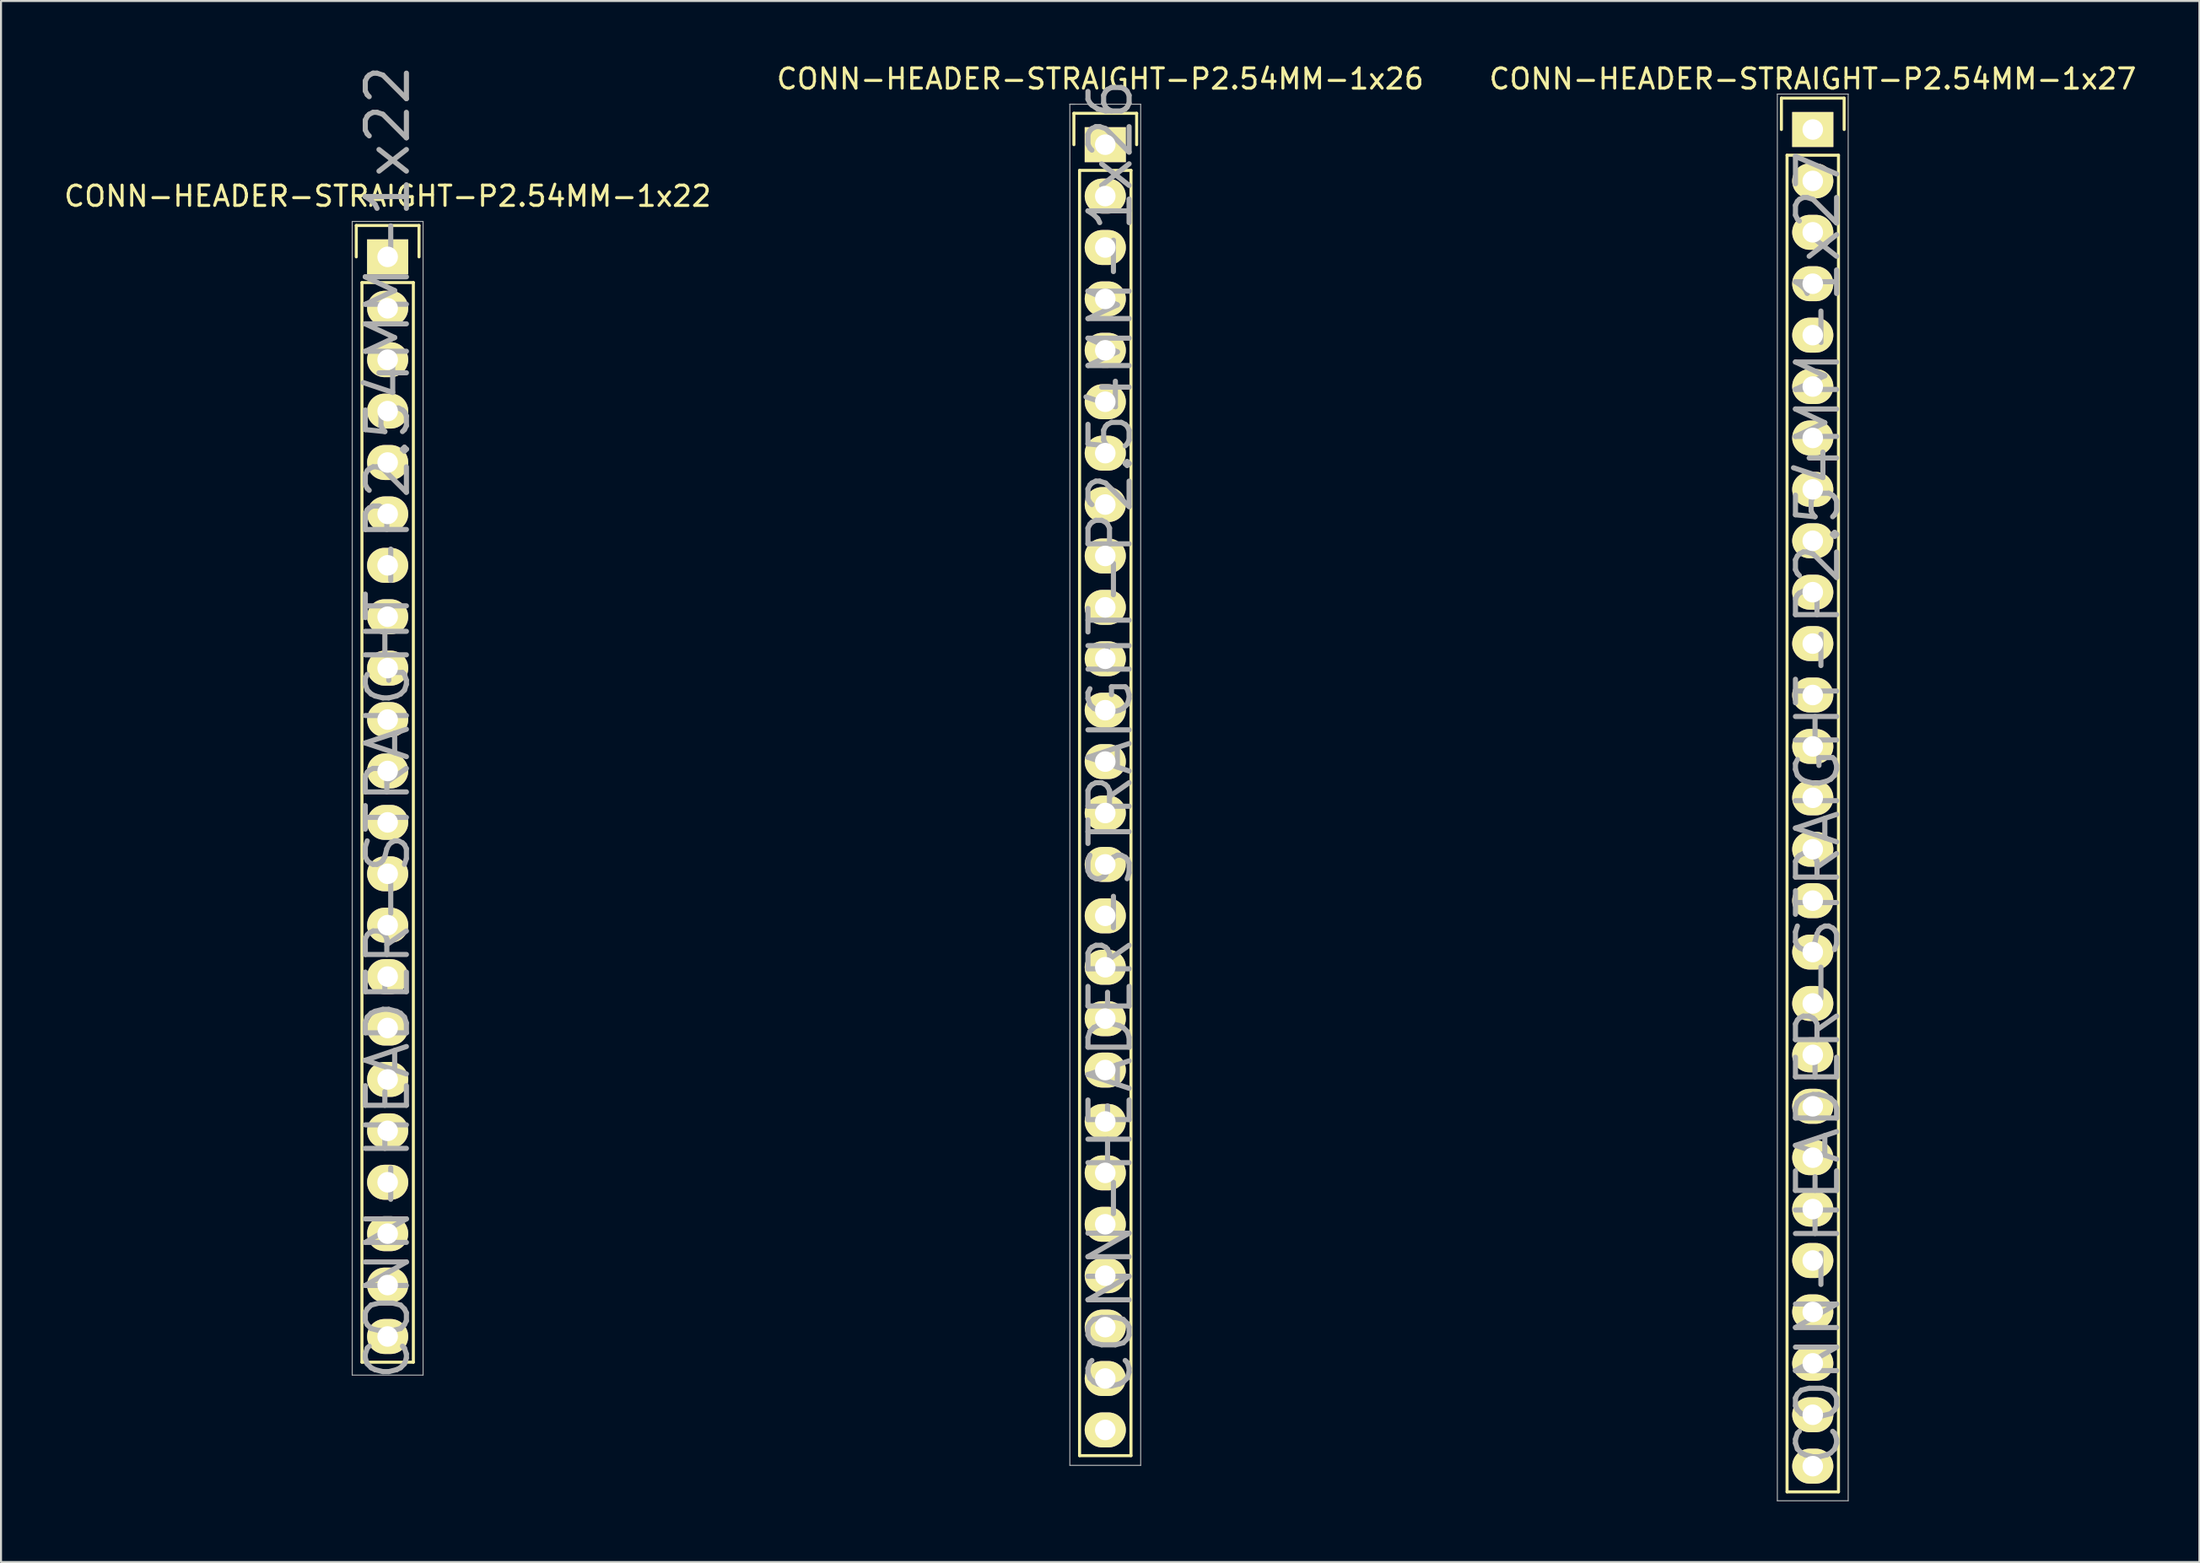
<source format=kicad_pcb>
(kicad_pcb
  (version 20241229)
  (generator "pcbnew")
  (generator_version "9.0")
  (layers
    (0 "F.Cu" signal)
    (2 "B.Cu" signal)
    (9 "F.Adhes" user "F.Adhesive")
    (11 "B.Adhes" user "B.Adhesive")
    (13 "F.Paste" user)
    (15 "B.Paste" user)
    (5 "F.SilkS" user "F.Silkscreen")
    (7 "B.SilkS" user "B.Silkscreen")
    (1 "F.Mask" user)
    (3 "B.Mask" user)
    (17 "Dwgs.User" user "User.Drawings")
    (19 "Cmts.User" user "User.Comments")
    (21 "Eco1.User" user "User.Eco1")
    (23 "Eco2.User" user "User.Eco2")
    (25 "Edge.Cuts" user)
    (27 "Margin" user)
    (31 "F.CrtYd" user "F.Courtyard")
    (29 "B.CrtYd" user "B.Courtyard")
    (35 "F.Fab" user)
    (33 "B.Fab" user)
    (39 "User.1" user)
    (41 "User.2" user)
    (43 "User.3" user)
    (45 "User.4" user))
  (footprint "CONN-HEADER-STRAIGHT-P2.54MM-1x27"
    (layer "F.Cu")
    (at 86.506 3.348)
    (property "Reference" "CONN-HEADER-STRAIGHT-P2.54MM-1x27" (at 0.25 33.5 90) (layer "F.Fab") (effects (font (size 2.032 2.032) (thickness 0.254))))
    (attr through_hole)
    (fp_line (start -1.55 -1.55) (end 1.55 -1.55) (stroke (width 0.15) (type solid)) (layer "F.SilkS"))
    (fp_line (start -1.55 0) (end -1.55 -1.55) (stroke (width 0.15) (type solid)) (layer "F.SilkS"))
    (fp_line (start -1.27 1.27) (end -1.27 67.31) (stroke (width 0.15) (type solid)) (layer "F.SilkS"))
    (fp_line (start -1.27 67.31) (end 1.27 67.31) (stroke (width 0.15) (type solid)) (layer "F.SilkS"))
    (fp_line (start 1.27 1.27) (end -1.27 1.27) (stroke (width 0.15) (type solid)) (layer "F.SilkS"))
    (fp_line (start 1.27 67.31) (end 1.27 1.27) (stroke (width 0.15) (type solid)) (layer "F.SilkS"))
    (fp_line (start 1.55 -1.55) (end 1.55 0) (stroke (width 0.15) (type solid)) (layer "F.SilkS"))
    (fp_line (start -1.75 -1.75) (end 1.75 -1.75) (stroke (width 0.051) (type solid)) (layer "F.Fab"))
    (fp_line (start -1.75 67.75) (end -1.75 -1.75) (stroke (width 0.051) (type solid)) (layer "F.Fab"))
    (fp_line (start 1.75 -1.75) (end 1.75 67.75) (stroke (width 0.051) (type solid)) (layer "F.Fab"))
    (fp_line (start 1.75 67.75) (end -1.75 67.75) (stroke (width 0.051) (type solid)) (layer "F.Fab"))
    (fp_text user "${REFERENCE}" (at 0 -2.5 0) (layer "F.SilkS") (effects (font (size 1 1) (thickness 0.15))))
    (pad "1" thru_hole rect (at 0 0) (size 2.032 1.727) (drill 1.016) (layers "*.Cu" "*.Mask" "F.SilkS"))
    (pad "2" thru_hole oval (at 0 2.54) (size 2.032 1.727) (drill 1.016) (layers "*.Cu" "*.Mask" "F.SilkS"))
    (pad "3" thru_hole oval (at 0 5.08) (size 2.032 1.727) (drill 1.016) (layers "*.Cu" "*.Mask" "F.SilkS"))
    (pad "4" thru_hole oval (at 0 7.62) (size 2.032 1.727) (drill 1.016) (layers "*.Cu" "*.Mask" "F.SilkS"))
    (pad "5" thru_hole oval (at 0 10.16) (size 2.032 1.727) (drill 1.016) (layers "*.Cu" "*.Mask" "F.SilkS"))
    (pad "6" thru_hole oval (at 0 12.7) (size 2.032 1.727) (drill 1.016) (layers "*.Cu" "*.Mask" "F.SilkS"))
    (pad "7" thru_hole oval (at 0 15.24) (size 2.032 1.727) (drill 1.016) (layers "*.Cu" "*.Mask" "F.SilkS"))
    (pad "8" thru_hole oval (at 0 17.78) (size 2.032 1.727) (drill 1.016) (layers "*.Cu" "*.Mask" "F.SilkS"))
    (pad "9" thru_hole oval (at 0 20.32) (size 2.032 1.727) (drill 1.016) (layers "*.Cu" "*.Mask" "F.SilkS"))
    (pad "10" thru_hole oval (at 0 22.86) (size 2.032 1.727) (drill 1.016) (layers "*.Cu" "*.Mask" "F.SilkS"))
    (pad "11" thru_hole oval (at 0 25.4) (size 2.032 1.727) (drill 1.016) (layers "*.Cu" "*.Mask" "F.SilkS"))
    (pad "12" thru_hole oval (at 0 27.94) (size 2.032 1.727) (drill 1.016) (layers "*.Cu" "*.Mask" "F.SilkS"))
    (pad "13" thru_hole oval (at 0 30.48) (size 2.032 1.727) (drill 1.016) (layers "*.Cu" "*.Mask" "F.SilkS"))
    (pad "14" thru_hole oval (at 0 33.02) (size 2.032 1.727) (drill 1.016) (layers "*.Cu" "*.Mask" "F.SilkS"))
    (pad "15" thru_hole oval (at 0 35.56) (size 2.032 1.727) (drill 1.016) (layers "*.Cu" "*.Mask" "F.SilkS"))
    (pad "16" thru_hole oval (at 0 38.1) (size 2.032 1.727) (drill 1.016) (layers "*.Cu" "*.Mask" "F.SilkS"))
    (pad "17" thru_hole oval (at 0 40.64) (size 2.032 1.727) (drill 1.016) (layers "*.Cu" "*.Mask" "F.SilkS"))
    (pad "18" thru_hole oval (at 0 43.18) (size 2.032 1.727) (drill 1.016) (layers "*.Cu" "*.Mask" "F.SilkS"))
    (pad "19" thru_hole oval (at 0 45.72) (size 2.032 1.727) (drill 1.016) (layers "*.Cu" "*.Mask" "F.SilkS"))
    (pad "20" thru_hole oval (at 0 48.26) (size 2.032 1.727) (drill 1.016) (layers "*.Cu" "*.Mask" "F.SilkS"))
    (pad "21" thru_hole oval (at 0 50.8) (size 2.032 1.727) (drill 1.016) (layers "*.Cu" "*.Mask" "F.SilkS"))
    (pad "22" thru_hole oval (at 0 53.34) (size 2.032 1.727) (drill 1.016) (layers "*.Cu" "*.Mask" "F.SilkS"))
    (pad "23" thru_hole oval (at 0 55.88) (size 2.032 1.727) (drill 1.016) (layers "*.Cu" "*.Mask" "F.SilkS"))
    (pad "24" thru_hole oval (at 0 58.42) (size 2.032 1.727) (drill 1.016) (layers "*.Cu" "*.Mask" "F.SilkS"))
    (pad "25" thru_hole oval (at 0 60.96) (size 2.032 1.727) (drill 1.016) (layers "*.Cu" "*.Mask" "F.SilkS"))
    (pad "26" thru_hole oval (at 0 63.5) (size 2.032 1.727) (drill 1.016) (layers "*.Cu" "*.Mask" "F.SilkS"))
    (pad "27" thru_hole oval (at 0 66.04) (size 2.032 1.727) (drill 1.016) (layers "*.Cu" "*.Mask" "F.SilkS")))
  (footprint "CONN-HEADER-STRAIGHT-P2.54MM-1x22"
    (layer "F.Cu")
    (at 16.101 9.641)
    (property "Reference" "CONN-HEADER-STRAIGHT-P2.54MM-1x22" (at 0 23 90) (layer "F.Fab") (effects (font (size 2.032 2.032) (thickness 0.254))))
    (attr through_hole)
    (fp_line (start -1.55 -1.55) (end 1.55 -1.55) (stroke (width 0.15) (type solid)) (layer "F.SilkS"))
    (fp_line (start -1.55 0) (end -1.55 -1.55) (stroke (width 0.15) (type solid)) (layer "F.SilkS"))
    (fp_line (start -1.27 1.27) (end -1.27 54.61) (stroke (width 0.15) (type solid)) (layer "F.SilkS"))
    (fp_line (start -1.27 54.61) (end 1.27 54.61) (stroke (width 0.15) (type solid)) (layer "F.SilkS"))
    (fp_line (start 1.27 1.27) (end -1.27 1.27) (stroke (width 0.15) (type solid)) (layer "F.SilkS"))
    (fp_line (start 1.27 54.61) (end 1.27 1.27) (stroke (width 0.15) (type solid)) (layer "F.SilkS"))
    (fp_line (start 1.55 -1.55) (end 1.55 0) (stroke (width 0.15) (type solid)) (layer "F.SilkS"))
    (fp_line (start -1.75 -1.75) (end -1.75 55.25) (stroke (width 0.051) (type solid)) (layer "F.Fab"))
    (fp_line (start -1.75 -1.75) (end 1.75 -1.75) (stroke (width 0.051) (type solid)) (layer "F.Fab"))
    (fp_line (start -1.75 55.25) (end 1.75 55.25) (stroke (width 0.051) (type solid)) (layer "F.Fab"))
    (fp_line (start 1.75 55.25) (end 1.75 -1.75) (stroke (width 0.051) (type solid)) (layer "F.Fab"))
    (fp_text user "${REFERENCE}" (at 0 -3 0) (layer "F.SilkS") (effects (font (size 1 1) (thickness 0.15))))
    (pad "1" thru_hole rect (at 0 0) (size 2.032 1.727) (drill 1.016) (layers "*.Cu" "*.Mask" "F.SilkS"))
    (pad "2" thru_hole oval (at 0 2.54) (size 2.032 1.727) (drill 1.016) (layers "*.Cu" "*.Mask" "F.SilkS"))
    (pad "3" thru_hole oval (at 0 5.08) (size 2.032 1.727) (drill 1.016) (layers "*.Cu" "*.Mask" "F.SilkS"))
    (pad "4" thru_hole oval (at 0 7.62) (size 2.032 1.727) (drill 1.016) (layers "*.Cu" "*.Mask" "F.SilkS"))
    (pad "5" thru_hole oval (at 0 10.16) (size 2.032 1.727) (drill 1.016) (layers "*.Cu" "*.Mask" "F.SilkS"))
    (pad "6" thru_hole oval (at 0 12.7) (size 2.032 1.727) (drill 1.016) (layers "*.Cu" "*.Mask" "F.SilkS"))
    (pad "7" thru_hole oval (at 0 15.24) (size 2.032 1.727) (drill 1.016) (layers "*.Cu" "*.Mask" "F.SilkS"))
    (pad "8" thru_hole oval (at 0 17.78) (size 2.032 1.727) (drill 1.016) (layers "*.Cu" "*.Mask" "F.SilkS"))
    (pad "9" thru_hole oval (at 0 20.32) (size 2.032 1.727) (drill 1.016) (layers "*.Cu" "*.Mask" "F.SilkS"))
    (pad "10" thru_hole oval (at 0 22.86) (size 2.032 1.727) (drill 1.016) (layers "*.Cu" "*.Mask" "F.SilkS"))
    (pad "11" thru_hole oval (at 0 25.4) (size 2.032 1.727) (drill 1.016) (layers "*.Cu" "*.Mask" "F.SilkS"))
    (pad "12" thru_hole oval (at 0 27.94) (size 2.032 1.727) (drill 1.016) (layers "*.Cu" "*.Mask" "F.SilkS"))
    (pad "13" thru_hole oval (at 0 30.48) (size 2.032 1.727) (drill 1.016) (layers "*.Cu" "*.Mask" "F.SilkS"))
    (pad "14" thru_hole oval (at 0 33.02) (size 2.032 1.727) (drill 1.016) (layers "*.Cu" "*.Mask" "F.SilkS"))
    (pad "15" thru_hole oval (at 0 35.56) (size 2.032 1.727) (drill 1.016) (layers "*.Cu" "*.Mask" "F.SilkS"))
    (pad "16" thru_hole oval (at 0 38.1) (size 2.032 1.727) (drill 1.016) (layers "*.Cu" "*.Mask" "F.SilkS"))
    (pad "17" thru_hole oval (at 0 40.64) (size 2.032 1.727) (drill 1.016) (layers "*.Cu" "*.Mask" "F.SilkS"))
    (pad "18" thru_hole oval (at 0 43.18) (size 2.032 1.727) (drill 1.016) (layers "*.Cu" "*.Mask" "F.SilkS"))
    (pad "19" thru_hole oval (at 0 45.72) (size 2.032 1.727) (drill 1.016) (layers "*.Cu" "*.Mask" "F.SilkS"))
    (pad "20" thru_hole oval (at 0 48.26) (size 2.032 1.727) (drill 1.016) (layers "*.Cu" "*.Mask" "F.SilkS"))
    (pad "21" thru_hole oval (at 0 50.8) (size 2.032 1.727) (drill 1.016) (layers "*.Cu" "*.Mask" "F.SilkS"))
    (pad "22" thru_hole oval (at 0 53.34) (size 2.032 1.727) (drill 1.016) (layers "*.Cu" "*.Mask" "F.SilkS")))
  (footprint "CONN-HEADER-STRAIGHT-P2.54MM-1x26"
    (layer "F.Cu")
    (at 51.554 4.098)
    (property "Reference" "CONN-HEADER-STRAIGHT-P2.54MM-1x26" (at 0.25 29.25 90) (layer "F.Fab") (effects (font (size 2.032 2.032) (thickness 0.254))))
    (attr through_hole)
    (fp_line (start -1.55 -1.55) (end 1.55 -1.55) (stroke (width 0.15) (type solid)) (layer "F.SilkS"))
    (fp_line (start -1.55 0) (end -1.55 -1.55) (stroke (width 0.15) (type solid)) (layer "F.SilkS"))
    (fp_line (start -1.27 1.27) (end -1.27 64.77) (stroke (width 0.15) (type solid)) (layer "F.SilkS"))
    (fp_line (start -1.27 64.77) (end 1.27 64.77) (stroke (width 0.15) (type solid)) (layer "F.SilkS"))
    (fp_line (start 1.27 1.27) (end -1.27 1.27) (stroke (width 0.15) (type solid)) (layer "F.SilkS"))
    (fp_line (start 1.27 64.77) (end 1.27 1.27) (stroke (width 0.15) (type solid)) (layer "F.SilkS"))
    (fp_line (start 1.55 -1.55) (end 1.55 0) (stroke (width 0.15) (type solid)) (layer "F.SilkS"))
    (fp_line (start -1.75 -2) (end -1.5 -2) (stroke (width 0.051) (type solid)) (layer "F.Fab"))
    (fp_line (start -1.75 -2) (end 1.75 -2) (stroke (width 0.051) (type solid)) (layer "F.Fab"))
    (fp_line (start -1.75 65.25) (end -1.75 -2) (stroke (width 0.051) (type solid)) (layer "F.Fab"))
    (fp_line (start 1.75 -2) (end 1.75 65.25) (stroke (width 0.051) (type solid)) (layer "F.Fab"))
    (fp_line (start 1.75 65.25) (end -1.75 65.25) (stroke (width 0.051) (type solid)) (layer "F.Fab"))
    (fp_text user "${REFERENCE}" (at -0.25 -3.25 0) (layer "F.SilkS") (effects (font (size 1 1) (thickness 0.15))))
    (pad "1" thru_hole rect (at 0 0) (size 2.032 1.727) (drill 1.016) (layers "*.Cu" "*.Mask" "F.SilkS"))
    (pad "2" thru_hole oval (at 0 2.54) (size 2.032 1.727) (drill 1.016) (layers "*.Cu" "*.Mask" "F.SilkS"))
    (pad "3" thru_hole oval (at 0 5.08) (size 2.032 1.727) (drill 1.016) (layers "*.Cu" "*.Mask" "F.SilkS"))
    (pad "4" thru_hole oval (at 0 7.62) (size 2.032 1.727) (drill 1.016) (layers "*.Cu" "*.Mask" "F.SilkS"))
    (pad "5" thru_hole oval (at 0 10.16) (size 2.032 1.727) (drill 1.016) (layers "*.Cu" "*.Mask" "F.SilkS"))
    (pad "6" thru_hole oval (at 0 12.7) (size 2.032 1.727) (drill 1.016) (layers "*.Cu" "*.Mask" "F.SilkS"))
    (pad "7" thru_hole oval (at 0 15.24) (size 2.032 1.727) (drill 1.016) (layers "*.Cu" "*.Mask" "F.SilkS"))
    (pad "8" thru_hole oval (at 0 17.78) (size 2.032 1.727) (drill 1.016) (layers "*.Cu" "*.Mask" "F.SilkS"))
    (pad "9" thru_hole oval (at 0 20.32) (size 2.032 1.727) (drill 1.016) (layers "*.Cu" "*.Mask" "F.SilkS"))
    (pad "10" thru_hole oval (at 0 22.86) (size 2.032 1.727) (drill 1.016) (layers "*.Cu" "*.Mask" "F.SilkS"))
    (pad "11" thru_hole oval (at 0 25.4) (size 2.032 1.727) (drill 1.016) (layers "*.Cu" "*.Mask" "F.SilkS"))
    (pad "12" thru_hole oval (at 0 27.94) (size 2.032 1.727) (drill 1.016) (layers "*.Cu" "*.Mask" "F.SilkS"))
    (pad "13" thru_hole oval (at 0 30.48) (size 2.032 1.727) (drill 1.016) (layers "*.Cu" "*.Mask" "F.SilkS"))
    (pad "14" thru_hole oval (at 0 33.02) (size 2.032 1.727) (drill 1.016) (layers "*.Cu" "*.Mask" "F.SilkS"))
    (pad "15" thru_hole oval (at 0 35.56) (size 2.032 1.727) (drill 1.016) (layers "*.Cu" "*.Mask" "F.SilkS"))
    (pad "16" thru_hole oval (at 0 38.1) (size 2.032 1.727) (drill 1.016) (layers "*.Cu" "*.Mask" "F.SilkS"))
    (pad "17" thru_hole oval (at 0 40.64) (size 2.032 1.727) (drill 1.016) (layers "*.Cu" "*.Mask" "F.SilkS"))
    (pad "18" thru_hole oval (at 0 43.18) (size 2.032 1.727) (drill 1.016) (layers "*.Cu" "*.Mask" "F.SilkS"))
    (pad "19" thru_hole oval (at 0 45.72) (size 2.032 1.727) (drill 1.016) (layers "*.Cu" "*.Mask" "F.SilkS"))
    (pad "20" thru_hole oval (at 0 48.26) (size 2.032 1.727) (drill 1.016) (layers "*.Cu" "*.Mask" "F.SilkS"))
    (pad "21" thru_hole oval (at 0 50.8) (size 2.032 1.727) (drill 1.016) (layers "*.Cu" "*.Mask" "F.SilkS"))
    (pad "22" thru_hole oval (at 0 53.34) (size 2.032 1.727) (drill 1.016) (layers "*.Cu" "*.Mask" "F.SilkS"))
    (pad "23" thru_hole oval (at 0 55.88) (size 2.032 1.727) (drill 1.016) (layers "*.Cu" "*.Mask" "F.SilkS"))
    (pad "24" thru_hole oval (at 0 58.42) (size 2.032 1.727) (drill 1.016) (layers "*.Cu" "*.Mask" "F.SilkS"))
    (pad "25" thru_hole oval (at 0 60.96) (size 2.032 1.727) (drill 1.016) (layers "*.Cu" "*.Mask" "F.SilkS"))
    (pad "26" thru_hole oval (at 0 63.5) (size 2.032 1.727) (drill 1.016) (layers "*.Cu" "*.Mask" "F.SilkS")))
  (gr_rect
    (start -3 -3)
    (end 105.607 74.124)
    (stroke (width 0.1) (type default))
    (fill no)
    (layer "Edge.Cuts")))
</source>
